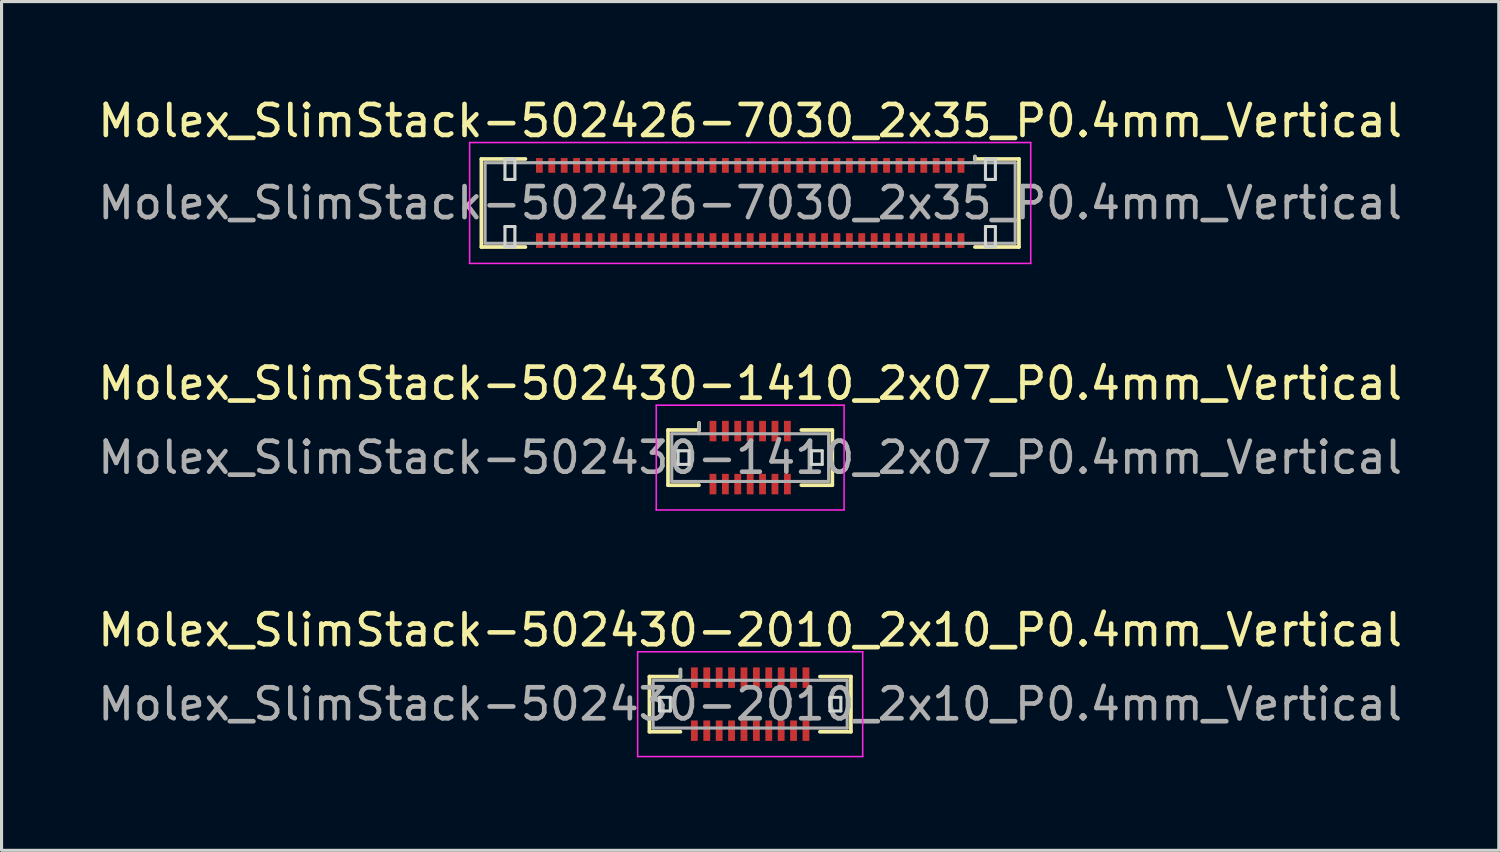
<source format=kicad_pcb>
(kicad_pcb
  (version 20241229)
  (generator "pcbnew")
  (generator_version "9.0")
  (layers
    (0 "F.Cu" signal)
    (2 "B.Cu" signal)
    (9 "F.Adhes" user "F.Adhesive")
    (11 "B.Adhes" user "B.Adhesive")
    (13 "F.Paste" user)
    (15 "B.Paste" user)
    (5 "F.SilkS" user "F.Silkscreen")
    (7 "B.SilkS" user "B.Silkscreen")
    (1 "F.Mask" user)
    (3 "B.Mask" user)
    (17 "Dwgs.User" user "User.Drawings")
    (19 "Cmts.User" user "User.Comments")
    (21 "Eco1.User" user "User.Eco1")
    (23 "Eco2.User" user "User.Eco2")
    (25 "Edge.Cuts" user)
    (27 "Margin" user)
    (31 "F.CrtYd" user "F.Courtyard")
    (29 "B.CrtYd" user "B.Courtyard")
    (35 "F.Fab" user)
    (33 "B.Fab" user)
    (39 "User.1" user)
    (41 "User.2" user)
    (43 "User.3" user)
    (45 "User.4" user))
  (footprint "Molex_SlimStack-502430-2010_2x10_P0.4mm_Vertical"
    (layer "F.Cu")
    (at 21.149 19.665)
    (property "Reference" "Molex_SlimStack-502430-2010_2x10_P0.4mm_Vertical" (at 0 -2.39 0) (layer "F.SilkS") (effects (font (size 1 1) (thickness 0.15))))
    (attr smd)
    (fp_line (start -3.25 -0.89) (end -2.25 -0.89) (stroke (width 0.12) (type solid)) (layer "F.SilkS"))
    (fp_line (start -3.25 0.89) (end -3.25 -0.89) (stroke (width 0.12) (type solid)) (layer "F.SilkS"))
    (fp_line (start -2.25 -0.89) (end -2.25 -1.12) (stroke (width 0.12) (type solid)) (layer "F.SilkS"))
    (fp_line (start -2.25 0.89) (end -3.25 0.89) (stroke (width 0.12) (type solid)) (layer "F.SilkS"))
    (fp_line (start 2.25 0.89) (end 3.25 0.89) (stroke (width 0.12) (type solid)) (layer "F.SilkS"))
    (fp_line (start 3.25 -0.89) (end 2.25 -0.89) (stroke (width 0.12) (type solid)) (layer "F.SilkS"))
    (fp_line (start 3.25 0.89) (end 3.25 -0.89) (stroke (width 0.12) (type solid)) (layer "F.SilkS"))
    (fp_line (start -2.925 -0.22) (end -2.925 0.22) (stroke (width 0.1) (type solid)) (layer "Edge.Cuts"))
    (fp_line (start -2.925 0.22) (end -2.575 0.22) (stroke (width 0.1) (type solid)) (layer "Edge.Cuts"))
    (fp_line (start -2.575 -0.22) (end -2.925 -0.22) (stroke (width 0.1) (type solid)) (layer "Edge.Cuts"))
    (fp_line (start -2.575 0.22) (end -2.575 -0.22) (stroke (width 0.1) (type solid)) (layer "Edge.Cuts"))
    (fp_line (start 2.575 -0.22) (end 2.575 0.22) (stroke (width 0.1) (type solid)) (layer "Edge.Cuts"))
    (fp_line (start 2.575 0.22) (end 2.925 0.22) (stroke (width 0.1) (type solid)) (layer "Edge.Cuts"))
    (fp_line (start 2.925 -0.22) (end 2.575 -0.22) (stroke (width 0.1) (type solid)) (layer "Edge.Cuts"))
    (fp_line (start 2.925 0.22) (end 2.925 -0.22) (stroke (width 0.1) (type solid)) (layer "Edge.Cuts"))
    (fp_line (start -3.63 -1.69) (end -3.63 1.69) (stroke (width 0.05) (type solid)) (layer "F.CrtYd"))
    (fp_line (start -3.63 1.69) (end 3.63 1.69) (stroke (width 0.05) (type solid)) (layer "F.CrtYd"))
    (fp_line (start 3.63 -1.69) (end -3.63 -1.69) (stroke (width 0.05) (type solid)) (layer "F.CrtYd"))
    (fp_line (start 3.63 1.69) (end 3.63 -1.69) (stroke (width 0.05) (type solid)) (layer "F.CrtYd"))
    (fp_line (start -3.13 -0.77) (end -3.13 0.77) (stroke (width 0.1) (type solid)) (layer "F.Fab"))
    (fp_line (start -3.13 0.77) (end 3.13 0.77) (stroke (width 0.1) (type solid)) (layer "F.Fab"))
    (fp_line (start -2.25 -0.77) (end -2.25 -1.12) (stroke (width 0.1) (type solid)) (layer "F.Fab"))
    (fp_line (start 3.13 -0.77) (end -3.13 -0.77) (stroke (width 0.1) (type solid)) (layer "F.Fab"))
    (fp_line (start 3.13 0.77) (end 3.13 -0.77) (stroke (width 0.1) (type solid)) (layer "F.Fab"))
    (fp_text user "${REFERENCE}" (at 0 0 0) (layer "F.Fab") (effects (font (size 1 1) (thickness 0.15))))
    (pad "1" smd rect (at -1.8 -0.855) (size 0.22 0.66) (layers "F.Cu" "F.Mask" "F.Paste"))
    (pad "2" smd rect (at -1.8 0.855) (size 0.22 0.66) (layers "F.Cu" "F.Mask" "F.Paste"))
    (pad "3" smd rect (at -1.4 -0.855) (size 0.22 0.66) (layers "F.Cu" "F.Mask" "F.Paste"))
    (pad "4" smd rect (at -1.4 0.855) (size 0.22 0.66) (layers "F.Cu" "F.Mask" "F.Paste"))
    (pad "5" smd rect (at -1 -0.855) (size 0.22 0.66) (layers "F.Cu" "F.Mask" "F.Paste"))
    (pad "6" smd rect (at -1 0.855) (size 0.22 0.66) (layers "F.Cu" "F.Mask" "F.Paste"))
    (pad "7" smd rect (at -0.6 -0.855) (size 0.22 0.66) (layers "F.Cu" "F.Mask" "F.Paste"))
    (pad "8" smd rect (at -0.6 0.855) (size 0.22 0.66) (layers "F.Cu" "F.Mask" "F.Paste"))
    (pad "9" smd rect (at -0.2 -0.855) (size 0.22 0.66) (layers "F.Cu" "F.Mask" "F.Paste"))
    (pad "10" smd rect (at -0.2 0.855) (size 0.22 0.66) (layers "F.Cu" "F.Mask" "F.Paste"))
    (pad "11" smd rect (at 0.2 -0.855) (size 0.22 0.66) (layers "F.Cu" "F.Mask" "F.Paste"))
    (pad "12" smd rect (at 0.2 0.855) (size 0.22 0.66) (layers "F.Cu" "F.Mask" "F.Paste"))
    (pad "13" smd rect (at 0.6 -0.855) (size 0.22 0.66) (layers "F.Cu" "F.Mask" "F.Paste"))
    (pad "14" smd rect (at 0.6 0.855) (size 0.22 0.66) (layers "F.Cu" "F.Mask" "F.Paste"))
    (pad "15" smd rect (at 1 -0.855) (size 0.22 0.66) (layers "F.Cu" "F.Mask" "F.Paste"))
    (pad "16" smd rect (at 1 0.855) (size 0.22 0.66) (layers "F.Cu" "F.Mask" "F.Paste"))
    (pad "17" smd rect (at 1.4 -0.855) (size 0.22 0.66) (layers "F.Cu" "F.Mask" "F.Paste"))
    (pad "18" smd rect (at 1.4 0.855) (size 0.22 0.66) (layers "F.Cu" "F.Mask" "F.Paste"))
    (pad "19" smd rect (at 1.8 -0.855) (size 0.22 0.66) (layers "F.Cu" "F.Mask" "F.Paste"))
    (pad "20" smd rect (at 1.8 0.855) (size 0.22 0.66) (layers "F.Cu" "F.Mask" "F.Paste")))
  (footprint "Molex_SlimStack-502430-1410_2x07_P0.4mm_Vertical"
    (layer "F.Cu")
    (at 21.149 11.711)
    (property "Reference" "Molex_SlimStack-502430-1410_2x07_P0.4mm_Vertical" (at 0 -2.39 0) (layer "F.SilkS") (effects (font (size 1 1) (thickness 0.15))))
    (attr smd)
    (fp_line (start -2.65 -0.89) (end -1.65 -0.89) (stroke (width 0.12) (type solid)) (layer "F.SilkS"))
    (fp_line (start -2.65 0.89) (end -2.65 -0.89) (stroke (width 0.12) (type solid)) (layer "F.SilkS"))
    (fp_line (start -1.65 -0.89) (end -1.65 -1.12) (stroke (width 0.12) (type solid)) (layer "F.SilkS"))
    (fp_line (start -1.65 0.89) (end -2.65 0.89) (stroke (width 0.12) (type solid)) (layer "F.SilkS"))
    (fp_line (start 1.65 0.89) (end 2.65 0.89) (stroke (width 0.12) (type solid)) (layer "F.SilkS"))
    (fp_line (start 2.65 -0.89) (end 1.65 -0.89) (stroke (width 0.12) (type solid)) (layer "F.SilkS"))
    (fp_line (start 2.65 0.89) (end 2.65 -0.89) (stroke (width 0.12) (type solid)) (layer "F.SilkS"))
    (fp_line (start -2.325 -0.22) (end -2.325 0.22) (stroke (width 0.1) (type solid)) (layer "Edge.Cuts"))
    (fp_line (start -2.325 0.22) (end -1.975 0.22) (stroke (width 0.1) (type solid)) (layer "Edge.Cuts"))
    (fp_line (start -1.975 -0.22) (end -2.325 -0.22) (stroke (width 0.1) (type solid)) (layer "Edge.Cuts"))
    (fp_line (start -1.975 0.22) (end -1.975 -0.22) (stroke (width 0.1) (type solid)) (layer "Edge.Cuts"))
    (fp_line (start 1.975 -0.22) (end 1.975 0.22) (stroke (width 0.1) (type solid)) (layer "Edge.Cuts"))
    (fp_line (start 1.975 0.22) (end 2.325 0.22) (stroke (width 0.1) (type solid)) (layer "Edge.Cuts"))
    (fp_line (start 2.325 -0.22) (end 1.975 -0.22) (stroke (width 0.1) (type solid)) (layer "Edge.Cuts"))
    (fp_line (start 2.325 0.22) (end 2.325 -0.22) (stroke (width 0.1) (type solid)) (layer "Edge.Cuts"))
    (fp_line (start -3.03 -1.69) (end -3.03 1.69) (stroke (width 0.05) (type solid)) (layer "F.CrtYd"))
    (fp_line (start -3.03 1.69) (end 3.03 1.69) (stroke (width 0.05) (type solid)) (layer "F.CrtYd"))
    (fp_line (start 3.03 -1.69) (end -3.03 -1.69) (stroke (width 0.05) (type solid)) (layer "F.CrtYd"))
    (fp_line (start 3.03 1.69) (end 3.03 -1.69) (stroke (width 0.05) (type solid)) (layer "F.CrtYd"))
    (fp_line (start -2.53 -0.77) (end -2.53 0.77) (stroke (width 0.1) (type solid)) (layer "F.Fab"))
    (fp_line (start -2.53 0.77) (end 2.53 0.77) (stroke (width 0.1) (type solid)) (layer "F.Fab"))
    (fp_line (start -1.65 -0.77) (end -1.65 -1.12) (stroke (width 0.1) (type solid)) (layer "F.Fab"))
    (fp_line (start 2.53 -0.77) (end -2.53 -0.77) (stroke (width 0.1) (type solid)) (layer "F.Fab"))
    (fp_line (start 2.53 0.77) (end 2.53 -0.77) (stroke (width 0.1) (type solid)) (layer "F.Fab"))
    (fp_text user "${REFERENCE}" (at 0 0 0) (layer "F.Fab") (effects (font (size 1 1) (thickness 0.15))))
    (pad "1" smd rect (at -1.2 -0.855) (size 0.22 0.66) (layers "F.Cu" "F.Mask" "F.Paste"))
    (pad "2" smd rect (at -1.2 0.855) (size 0.22 0.66) (layers "F.Cu" "F.Mask" "F.Paste"))
    (pad "3" smd rect (at -0.8 -0.855) (size 0.22 0.66) (layers "F.Cu" "F.Mask" "F.Paste"))
    (pad "4" smd rect (at -0.8 0.855) (size 0.22 0.66) (layers "F.Cu" "F.Mask" "F.Paste"))
    (pad "5" smd rect (at -0.4 -0.855) (size 0.22 0.66) (layers "F.Cu" "F.Mask" "F.Paste"))
    (pad "6" smd rect (at -0.4 0.855) (size 0.22 0.66) (layers "F.Cu" "F.Mask" "F.Paste"))
    (pad "7" smd rect (at 0 -0.855) (size 0.22 0.66) (layers "F.Cu" "F.Mask" "F.Paste"))
    (pad "8" smd rect (at 0 0.855) (size 0.22 0.66) (layers "F.Cu" "F.Mask" "F.Paste"))
    (pad "9" smd rect (at 0.4 -0.855) (size 0.22 0.66) (layers "F.Cu" "F.Mask" "F.Paste"))
    (pad "10" smd rect (at 0.4 0.855) (size 0.22 0.66) (layers "F.Cu" "F.Mask" "F.Paste"))
    (pad "11" smd rect (at 0.8 -0.855) (size 0.22 0.66) (layers "F.Cu" "F.Mask" "F.Paste"))
    (pad "12" smd rect (at 0.8 0.855) (size 0.22 0.66) (layers "F.Cu" "F.Mask" "F.Paste"))
    (pad "13" smd rect (at 1.2 -0.855) (size 0.22 0.66) (layers "F.Cu" "F.Mask" "F.Paste"))
    (pad "14" smd rect (at 1.2 0.855) (size 0.22 0.66) (layers "F.Cu" "F.Mask" "F.Paste")))
  (footprint "Molex_SlimStack-502426-7030_2x35_P0.4mm_Vertical"
    (layer "F.Cu")
    (at 21.149 3.498)
    (property "Reference" "Molex_SlimStack-502426-7030_2x35_P0.4mm_Vertical" (at 0 -2.65 0) (layer "F.SilkS") (effects (font (size 1 1) (thickness 0.15))))
    (attr smd)
    (fp_line (start -8.67 -1.42) (end -7.25 -1.42) (stroke (width 0.12) (type solid)) (layer "F.SilkS"))
    (fp_line (start -8.67 1.42) (end -8.67 -1.42) (stroke (width 0.12) (type solid)) (layer "F.SilkS"))
    (fp_line (start -7.25 1.42) (end -8.67 1.42) (stroke (width 0.12) (type solid)) (layer "F.SilkS"))
    (fp_line (start 7.25 -1.42) (end 7.25 -1.5) (stroke (width 0.12) (type solid)) (layer "F.SilkS"))
    (fp_line (start 7.25 1.42) (end 8.67 1.42) (stroke (width 0.12) (type solid)) (layer "F.SilkS"))
    (fp_line (start 8.67 -1.42) (end 7.25 -1.42) (stroke (width 0.12) (type solid)) (layer "F.SilkS"))
    (fp_line (start 8.67 1.42) (end 8.67 -1.42) (stroke (width 0.12) (type solid)) (layer "F.SilkS"))
    (fp_line (start -7.91 -1.41) (end -7.91 -0.76) (stroke (width 0.1) (type solid)) (layer "Edge.Cuts"))
    (fp_line (start -7.91 -0.76) (end -7.59 -0.76) (stroke (width 0.1) (type solid)) (layer "Edge.Cuts"))
    (fp_line (start -7.91 0.76) (end -7.91 1.41) (stroke (width 0.1) (type solid)) (layer "Edge.Cuts"))
    (fp_line (start -7.91 1.41) (end -7.59 1.41) (stroke (width 0.1) (type solid)) (layer "Edge.Cuts"))
    (fp_line (start -7.59 -1.41) (end -7.91 -1.41) (stroke (width 0.1) (type solid)) (layer "Edge.Cuts"))
    (fp_line (start -7.59 -0.76) (end -7.59 -1.41) (stroke (width 0.1) (type solid)) (layer "Edge.Cuts"))
    (fp_line (start -7.59 0.76) (end -7.91 0.76) (stroke (width 0.1) (type solid)) (layer "Edge.Cuts"))
    (fp_line (start -7.59 1.41) (end -7.59 0.76) (stroke (width 0.1) (type solid)) (layer "Edge.Cuts"))
    (fp_line (start 7.59 -1.41) (end 7.59 -0.76) (stroke (width 0.1) (type solid)) (layer "Edge.Cuts"))
    (fp_line (start 7.59 -0.76) (end 7.91 -0.76) (stroke (width 0.1) (type solid)) (layer "Edge.Cuts"))
    (fp_line (start 7.59 0.76) (end 7.59 1.41) (stroke (width 0.1) (type solid)) (layer "Edge.Cuts"))
    (fp_line (start 7.59 1.41) (end 7.91 1.41) (stroke (width 0.1) (type solid)) (layer "Edge.Cuts"))
    (fp_line (start 7.91 -1.41) (end 7.59 -1.41) (stroke (width 0.1) (type solid)) (layer "Edge.Cuts"))
    (fp_line (start 7.91 -0.76) (end 7.91 -1.41) (stroke (width 0.1) (type solid)) (layer "Edge.Cuts"))
    (fp_line (start 7.91 0.76) (end 7.59 0.76) (stroke (width 0.1) (type solid)) (layer "Edge.Cuts"))
    (fp_line (start 7.91 1.41) (end 7.91 0.76) (stroke (width 0.1) (type solid)) (layer "Edge.Cuts"))
    (fp_line (start -9.05 -1.95) (end -9.05 1.95) (stroke (width 0.05) (type solid)) (layer "F.CrtYd"))
    (fp_line (start -9.05 1.95) (end 9.05 1.95) (stroke (width 0.05) (type solid)) (layer "F.CrtYd"))
    (fp_line (start 9.05 -1.95) (end -9.05 -1.95) (stroke (width 0.05) (type solid)) (layer "F.CrtYd"))
    (fp_line (start 9.05 1.95) (end 9.05 -1.95) (stroke (width 0.05) (type solid)) (layer "F.CrtYd"))
    (fp_line (start -8.55 -1.3) (end -8.55 1.3) (stroke (width 0.1) (type solid)) (layer "F.Fab"))
    (fp_line (start -8.55 1.3) (end 8.55 1.3) (stroke (width 0.1) (type solid)) (layer "F.Fab"))
    (fp_line (start 7.25 -1.3) (end 7.25 -1.5) (stroke (width 0.1) (type solid)) (layer "F.Fab"))
    (fp_line (start 8.55 -1.3) (end -8.55 -1.3) (stroke (width 0.1) (type solid)) (layer "F.Fab"))
    (fp_line (start 8.55 1.3) (end 8.55 -1.3) (stroke (width 0.1) (type solid)) (layer "F.Fab"))
    (fp_text user "${REFERENCE}" (at 0 0 0) (layer "F.Fab") (effects (font (size 1 1) (thickness 0.15))))
    (pad "1" smd rect (at 6.8 -1.212) (size 0.22 0.475) (layers "F.Cu" "F.Mask" "F.Paste"))
    (pad "2" smd rect (at 6.8 1.212) (size 0.22 0.475) (layers "F.Cu" "F.Mask" "F.Paste"))
    (pad "3" smd rect (at 6.4 -1.212) (size 0.22 0.475) (layers "F.Cu" "F.Mask" "F.Paste"))
    (pad "4" smd rect (at 6.4 1.212) (size 0.22 0.475) (layers "F.Cu" "F.Mask" "F.Paste"))
    (pad "5" smd rect (at 6 -1.212) (size 0.22 0.475) (layers "F.Cu" "F.Mask" "F.Paste"))
    (pad "6" smd rect (at 6 1.212) (size 0.22 0.475) (layers "F.Cu" "F.Mask" "F.Paste"))
    (pad "7" smd rect (at 5.6 -1.212) (size 0.22 0.475) (layers "F.Cu" "F.Mask" "F.Paste"))
    (pad "8" smd rect (at 5.6 1.212) (size 0.22 0.475) (layers "F.Cu" "F.Mask" "F.Paste"))
    (pad "9" smd rect (at 5.2 -1.212) (size 0.22 0.475) (layers "F.Cu" "F.Mask" "F.Paste"))
    (pad "10" smd rect (at 5.2 1.212) (size 0.22 0.475) (layers "F.Cu" "F.Mask" "F.Paste"))
    (pad "11" smd rect (at 4.8 -1.212) (size 0.22 0.475) (layers "F.Cu" "F.Mask" "F.Paste"))
    (pad "12" smd rect (at 4.8 1.212) (size 0.22 0.475) (layers "F.Cu" "F.Mask" "F.Paste"))
    (pad "13" smd rect (at 4.4 -1.212) (size 0.22 0.475) (layers "F.Cu" "F.Mask" "F.Paste"))
    (pad "14" smd rect (at 4.4 1.212) (size 0.22 0.475) (layers "F.Cu" "F.Mask" "F.Paste"))
    (pad "15" smd rect (at 4 -1.212) (size 0.22 0.475) (layers "F.Cu" "F.Mask" "F.Paste"))
    (pad "16" smd rect (at 4 1.212) (size 0.22 0.475) (layers "F.Cu" "F.Mask" "F.Paste"))
    (pad "17" smd rect (at 3.6 -1.212) (size 0.22 0.475) (layers "F.Cu" "F.Mask" "F.Paste"))
    (pad "18" smd rect (at 3.6 1.212) (size 0.22 0.475) (layers "F.Cu" "F.Mask" "F.Paste"))
    (pad "19" smd rect (at 3.2 -1.212) (size 0.22 0.475) (layers "F.Cu" "F.Mask" "F.Paste"))
    (pad "20" smd rect (at 3.2 1.212) (size 0.22 0.475) (layers "F.Cu" "F.Mask" "F.Paste"))
    (pad "21" smd rect (at 2.8 -1.212) (size 0.22 0.475) (layers "F.Cu" "F.Mask" "F.Paste"))
    (pad "22" smd rect (at 2.8 1.212) (size 0.22 0.475) (layers "F.Cu" "F.Mask" "F.Paste"))
    (pad "23" smd rect (at 2.4 -1.212) (size 0.22 0.475) (layers "F.Cu" "F.Mask" "F.Paste"))
    (pad "24" smd rect (at 2.4 1.212) (size 0.22 0.475) (layers "F.Cu" "F.Mask" "F.Paste"))
    (pad "25" smd rect (at 2 -1.212) (size 0.22 0.475) (layers "F.Cu" "F.Mask" "F.Paste"))
    (pad "26" smd rect (at 2 1.212) (size 0.22 0.475) (layers "F.Cu" "F.Mask" "F.Paste"))
    (pad "27" smd rect (at 1.6 -1.212) (size 0.22 0.475) (layers "F.Cu" "F.Mask" "F.Paste"))
    (pad "28" smd rect (at 1.6 1.212) (size 0.22 0.475) (layers "F.Cu" "F.Mask" "F.Paste"))
    (pad "29" smd rect (at 1.2 -1.212) (size 0.22 0.475) (layers "F.Cu" "F.Mask" "F.Paste"))
    (pad "30" smd rect (at 1.2 1.212) (size 0.22 0.475) (layers "F.Cu" "F.Mask" "F.Paste"))
    (pad "31" smd rect (at 0.8 -1.212) (size 0.22 0.475) (layers "F.Cu" "F.Mask" "F.Paste"))
    (pad "32" smd rect (at 0.8 1.212) (size 0.22 0.475) (layers "F.Cu" "F.Mask" "F.Paste"))
    (pad "33" smd rect (at 0.4 -1.212) (size 0.22 0.475) (layers "F.Cu" "F.Mask" "F.Paste"))
    (pad "34" smd rect (at 0.4 1.212) (size 0.22 0.475) (layers "F.Cu" "F.Mask" "F.Paste"))
    (pad "35" smd rect (at 0 -1.212) (size 0.22 0.475) (layers "F.Cu" "F.Mask" "F.Paste"))
    (pad "36" smd rect (at 0 1.212) (size 0.22 0.475) (layers "F.Cu" "F.Mask" "F.Paste"))
    (pad "37" smd rect (at -0.4 -1.212) (size 0.22 0.475) (layers "F.Cu" "F.Mask" "F.Paste"))
    (pad "38" smd rect (at -0.4 1.212) (size 0.22 0.475) (layers "F.Cu" "F.Mask" "F.Paste"))
    (pad "39" smd rect (at -0.8 -1.212) (size 0.22 0.475) (layers "F.Cu" "F.Mask" "F.Paste"))
    (pad "40" smd rect (at -0.8 1.212) (size 0.22 0.475) (layers "F.Cu" "F.Mask" "F.Paste"))
    (pad "41" smd rect (at -1.2 -1.212) (size 0.22 0.475) (layers "F.Cu" "F.Mask" "F.Paste"))
    (pad "42" smd rect (at -1.2 1.212) (size 0.22 0.475) (layers "F.Cu" "F.Mask" "F.Paste"))
    (pad "43" smd rect (at -1.6 -1.212) (size 0.22 0.475) (layers "F.Cu" "F.Mask" "F.Paste"))
    (pad "44" smd rect (at -1.6 1.212) (size 0.22 0.475) (layers "F.Cu" "F.Mask" "F.Paste"))
    (pad "45" smd rect (at -2 -1.212) (size 0.22 0.475) (layers "F.Cu" "F.Mask" "F.Paste"))
    (pad "46" smd rect (at -2 1.212) (size 0.22 0.475) (layers "F.Cu" "F.Mask" "F.Paste"))
    (pad "47" smd rect (at -2.4 -1.212) (size 0.22 0.475) (layers "F.Cu" "F.Mask" "F.Paste"))
    (pad "48" smd rect (at -2.4 1.212) (size 0.22 0.475) (layers "F.Cu" "F.Mask" "F.Paste"))
    (pad "49" smd rect (at -2.8 -1.212) (size 0.22 0.475) (layers "F.Cu" "F.Mask" "F.Paste"))
    (pad "50" smd rect (at -2.8 1.212) (size 0.22 0.475) (layers "F.Cu" "F.Mask" "F.Paste"))
    (pad "51" smd rect (at -3.2 -1.212) (size 0.22 0.475) (layers "F.Cu" "F.Mask" "F.Paste"))
    (pad "52" smd rect (at -3.2 1.212) (size 0.22 0.475) (layers "F.Cu" "F.Mask" "F.Paste"))
    (pad "53" smd rect (at -3.6 -1.212) (size 0.22 0.475) (layers "F.Cu" "F.Mask" "F.Paste"))
    (pad "54" smd rect (at -3.6 1.212) (size 0.22 0.475) (layers "F.Cu" "F.Mask" "F.Paste"))
    (pad "55" smd rect (at -4 -1.212) (size 0.22 0.475) (layers "F.Cu" "F.Mask" "F.Paste"))
    (pad "56" smd rect (at -4 1.212) (size 0.22 0.475) (layers "F.Cu" "F.Mask" "F.Paste"))
    (pad "57" smd rect (at -4.4 -1.212) (size 0.22 0.475) (layers "F.Cu" "F.Mask" "F.Paste"))
    (pad "58" smd rect (at -4.4 1.212) (size 0.22 0.475) (layers "F.Cu" "F.Mask" "F.Paste"))
    (pad "59" smd rect (at -4.8 -1.212) (size 0.22 0.475) (layers "F.Cu" "F.Mask" "F.Paste"))
    (pad "60" smd rect (at -4.8 1.212) (size 0.22 0.475) (layers "F.Cu" "F.Mask" "F.Paste"))
    (pad "61" smd rect (at -5.2 -1.212) (size 0.22 0.475) (layers "F.Cu" "F.Mask" "F.Paste"))
    (pad "62" smd rect (at -5.2 1.212) (size 0.22 0.475) (layers "F.Cu" "F.Mask" "F.Paste"))
    (pad "63" smd rect (at -5.6 -1.212) (size 0.22 0.475) (layers "F.Cu" "F.Mask" "F.Paste"))
    (pad "64" smd rect (at -5.6 1.212) (size 0.22 0.475) (layers "F.Cu" "F.Mask" "F.Paste"))
    (pad "65" smd rect (at -6 -1.212) (size 0.22 0.475) (layers "F.Cu" "F.Mask" "F.Paste"))
    (pad "66" smd rect (at -6 1.212) (size 0.22 0.475) (layers "F.Cu" "F.Mask" "F.Paste"))
    (pad "67" smd rect (at -6.4 -1.212) (size 0.22 0.475) (layers "F.Cu" "F.Mask" "F.Paste"))
    (pad "68" smd rect (at -6.4 1.212) (size 0.22 0.475) (layers "F.Cu" "F.Mask" "F.Paste"))
    (pad "69" smd rect (at -6.8 -1.212) (size 0.22 0.475) (layers "F.Cu" "F.Mask" "F.Paste"))
    (pad "70" smd rect (at -6.8 1.212) (size 0.22 0.475) (layers "F.Cu" "F.Mask" "F.Paste")))
  (gr_rect
    (start -3 -3)
    (end 45.298 24.38)
    (stroke (width 0.1) (type default))
    (fill no)
    (layer "Edge.Cuts")))
</source>
